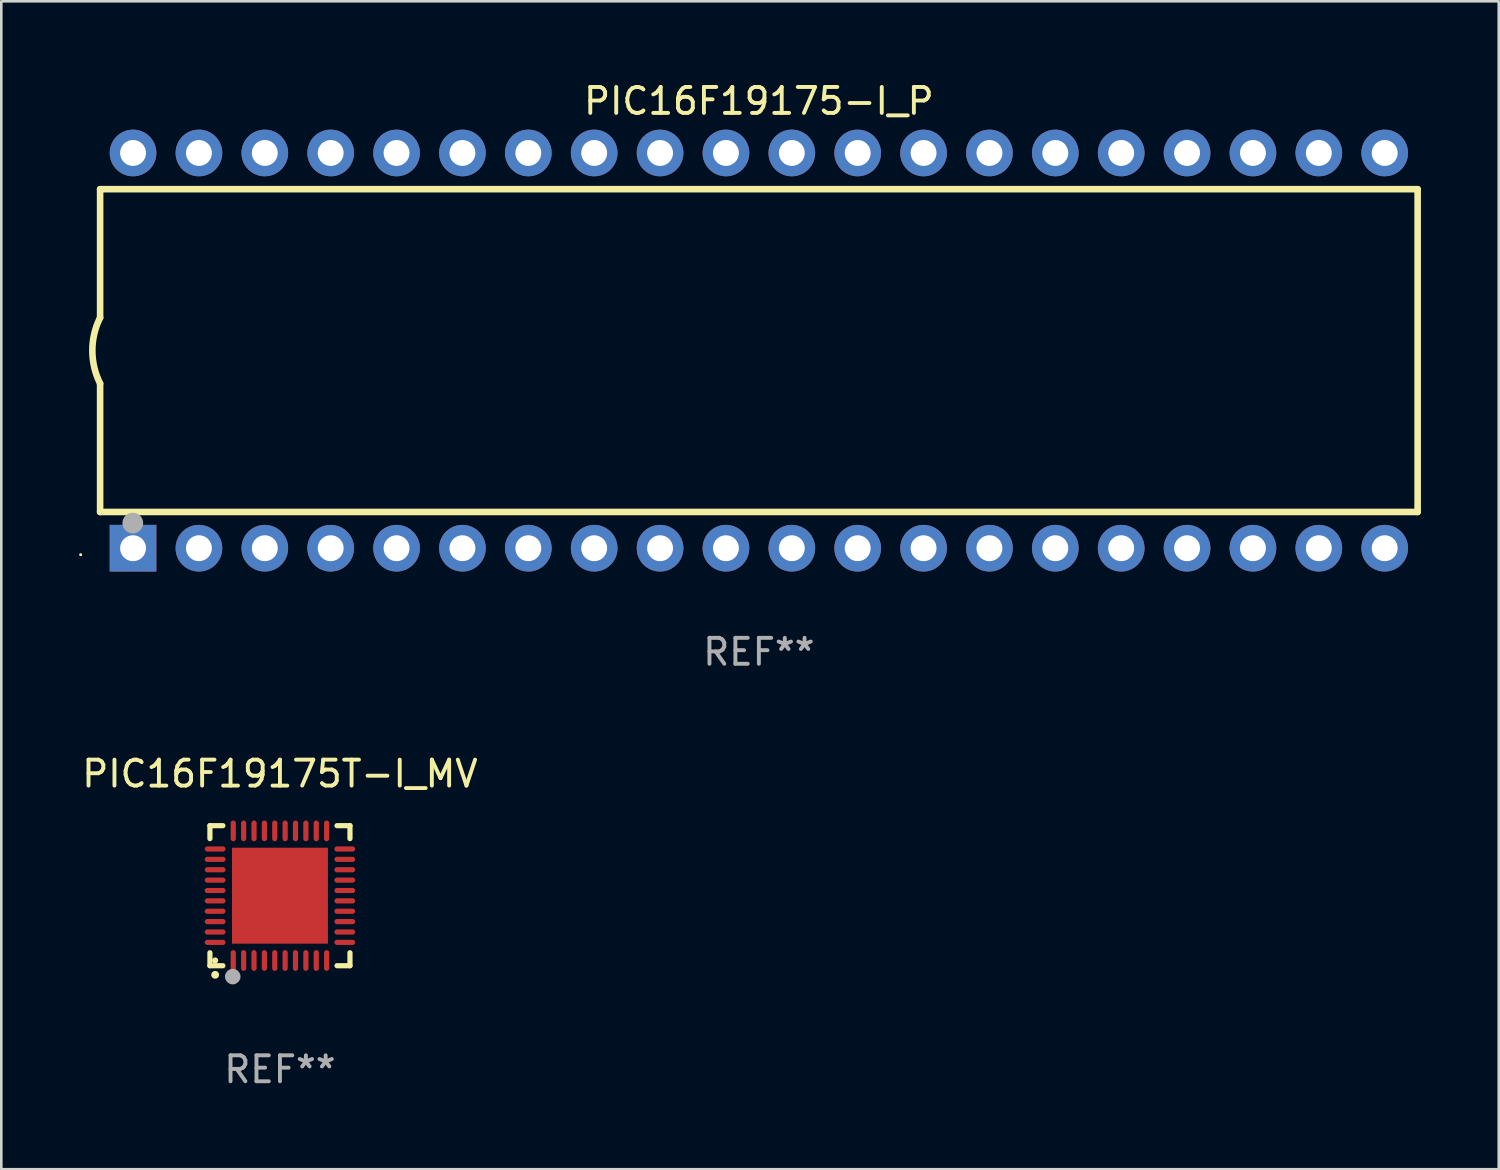
<source format=kicad_pcb>
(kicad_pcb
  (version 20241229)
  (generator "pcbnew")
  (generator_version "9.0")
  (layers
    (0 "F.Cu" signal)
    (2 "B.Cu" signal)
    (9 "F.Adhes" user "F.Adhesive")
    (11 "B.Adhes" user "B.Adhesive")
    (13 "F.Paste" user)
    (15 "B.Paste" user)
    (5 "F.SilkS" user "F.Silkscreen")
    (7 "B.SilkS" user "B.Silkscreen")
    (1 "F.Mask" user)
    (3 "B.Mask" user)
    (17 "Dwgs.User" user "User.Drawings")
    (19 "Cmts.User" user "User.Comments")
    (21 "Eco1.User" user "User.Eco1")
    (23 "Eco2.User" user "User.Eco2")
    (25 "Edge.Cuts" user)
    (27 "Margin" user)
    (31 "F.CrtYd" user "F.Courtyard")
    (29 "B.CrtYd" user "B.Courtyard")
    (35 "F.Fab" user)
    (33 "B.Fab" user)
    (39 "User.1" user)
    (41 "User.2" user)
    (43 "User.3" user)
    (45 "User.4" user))
  (footprint "PIC16F19175T-I_MV"
    (layer "F.Cu")
    (at 7.744 31.485)
    (property "Reference" "PIC16F19175T-I_MV" (at 0 -4.7 0) (layer "F.SilkS") (effects (font (size 1 1) (thickness 0.15))))
    (attr through_hole)
    (fp_line (start -2.7 -2.7) (end -2.7 -2.2) (stroke (width 0.2) (type solid)) (layer "F.SilkS"))
    (fp_line (start -2.7 2.7) (end -2.7 2.2) (stroke (width 0.2) (type solid)) (layer "F.SilkS"))
    (fp_line (start -2.2 -2.7) (end -2.7 -2.7) (stroke (width 0.2) (type solid)) (layer "F.SilkS"))
    (fp_line (start -2.2 2.7) (end -2.7 2.7) (stroke (width 0.2) (type solid)) (layer "F.SilkS"))
    (fp_line (start 2.7 -2.7) (end 2.2 -2.7) (stroke (width 0.2) (type solid)) (layer "F.SilkS"))
    (fp_line (start 2.7 -2.2) (end 2.7 -2.7) (stroke (width 0.2) (type solid)) (layer "F.SilkS"))
    (fp_line (start 2.7 2.2) (end 2.7 2.7) (stroke (width 0.2) (type solid)) (layer "F.SilkS"))
    (fp_line (start 2.7 2.7) (end 2.2 2.7) (stroke (width 0.2) (type solid)) (layer "F.SilkS"))
    (fp_arc (start -2.499365 3.050546) (mid -2.498095 3.050541) (end -2.496825 3.050546) (stroke (width 0.3) (type solid)) (layer "F.SilkS"))
    (fp_circle (center -2.5 2.5) (end -2.44 2.5) (stroke (width 0.12) (type solid)) (fill no) (layer "F.SilkS"))
    (fp_circle (center -1.82 3.12) (end -1.67 3.12) (stroke (width 0.3) (type solid)) (fill no) (layer "F.Fab"))
    (fp_text user "REF**" (at 0 6.7 0) (layer "F.Fab") (effects (font (size 1 1) (thickness 0.15))))
    (pad "1" smd oval (at -1.8 2.499) (size 0.2 0.8) (layers "F.Cu" "F.Mask" "F.Paste"))
    (pad "2" smd oval (at -1.4 2.499) (size 0.2 0.8) (layers "F.Cu" "F.Mask" "F.Paste"))
    (pad "3" smd oval (at -1 2.499) (size 0.2 0.8) (layers "F.Cu" "F.Mask" "F.Paste"))
    (pad "4" smd oval (at -0.6 2.499) (size 0.2 0.8) (layers "F.Cu" "F.Mask" "F.Paste"))
    (pad "5" smd oval (at -0.2 2.499) (size 0.2 0.8) (layers "F.Cu" "F.Mask" "F.Paste"))
    (pad "6" smd oval (at 0.2 2.499) (size 0.2 0.8) (layers "F.Cu" "F.Mask" "F.Paste"))
    (pad "7" smd oval (at 0.6 2.499) (size 0.2 0.8) (layers "F.Cu" "F.Mask" "F.Paste"))
    (pad "8" smd oval (at 1 2.499) (size 0.2 0.8) (layers "F.Cu" "F.Mask" "F.Paste"))
    (pad "9" smd oval (at 1.4 2.499) (size 0.2 0.8) (layers "F.Cu" "F.Mask" "F.Paste"))
    (pad "10" smd oval (at 1.8 2.499) (size 0.2 0.8) (layers "F.Cu" "F.Mask" "F.Paste"))
    (pad "11" smd oval (at 2.499 1.8) (size 0.8 0.2) (layers "F.Cu" "F.Mask" "F.Paste"))
    (pad "12" smd oval (at 2.499 1.4) (size 0.8 0.2) (layers "F.Cu" "F.Mask" "F.Paste"))
    (pad "13" smd oval (at 2.499 1) (size 0.8 0.2) (layers "F.Cu" "F.Mask" "F.Paste"))
    (pad "14" smd oval (at 2.499 0.6) (size 0.8 0.2) (layers "F.Cu" "F.Mask" "F.Paste"))
    (pad "15" smd oval (at 2.499 0.2) (size 0.8 0.2) (layers "F.Cu" "F.Mask" "F.Paste"))
    (pad "16" smd oval (at 2.499 -0.2) (size 0.8 0.2) (layers "F.Cu" "F.Mask" "F.Paste"))
    (pad "17" smd oval (at 2.499 -0.6) (size 0.8 0.2) (layers "F.Cu" "F.Mask" "F.Paste"))
    (pad "18" smd oval (at 2.499 -1) (size 0.8 0.2) (layers "F.Cu" "F.Mask" "F.Paste"))
    (pad "19" smd oval (at 2.499 -1.4) (size 0.8 0.2) (layers "F.Cu" "F.Mask" "F.Paste"))
    (pad "20" smd oval (at 2.499 -1.8) (size 0.8 0.2) (layers "F.Cu" "F.Mask" "F.Paste"))
    (pad "21" smd oval (at 1.8 -2.499) (size 0.2 0.8) (layers "F.Cu" "F.Mask" "F.Paste"))
    (pad "22" smd oval (at 1.4 -2.499) (size 0.2 0.8) (layers "F.Cu" "F.Mask" "F.Paste"))
    (pad "23" smd oval (at 1 -2.499) (size 0.2 0.8) (layers "F.Cu" "F.Mask" "F.Paste"))
    (pad "24" smd oval (at 0.6 -2.499) (size 0.2 0.8) (layers "F.Cu" "F.Mask" "F.Paste"))
    (pad "25" smd oval (at 0.2 -2.499) (size 0.2 0.8) (layers "F.Cu" "F.Mask" "F.Paste"))
    (pad "26" smd oval (at -0.2 -2.499) (size 0.2 0.8) (layers "F.Cu" "F.Mask" "F.Paste"))
    (pad "27" smd oval (at -0.6 -2.499) (size 0.2 0.8) (layers "F.Cu" "F.Mask" "F.Paste"))
    (pad "28" smd oval (at -1 -2.499) (size 0.2 0.8) (layers "F.Cu" "F.Mask" "F.Paste"))
    (pad "29" smd oval (at -1.4 -2.499) (size 0.2 0.8) (layers "F.Cu" "F.Mask" "F.Paste"))
    (pad "30" smd oval (at -1.8 -2.499) (size 0.2 0.8) (layers "F.Cu" "F.Mask" "F.Paste"))
    (pad "31" smd oval (at -2.499 -1.8) (size 0.8 0.2) (layers "F.Cu" "F.Mask" "F.Paste"))
    (pad "32" smd oval (at -2.499 -1.4) (size 0.8 0.2) (layers "F.Cu" "F.Mask" "F.Paste"))
    (pad "33" smd oval (at -2.499 -1) (size 0.8 0.2) (layers "F.Cu" "F.Mask" "F.Paste"))
    (pad "34" smd oval (at -2.499 -0.6) (size 0.8 0.2) (layers "F.Cu" "F.Mask" "F.Paste"))
    (pad "35" smd oval (at -2.499 -0.2) (size 0.8 0.2) (layers "F.Cu" "F.Mask" "F.Paste"))
    (pad "36" smd oval (at -2.499 0.2) (size 0.8 0.2) (layers "F.Cu" "F.Mask" "F.Paste"))
    (pad "37" smd oval (at -2.499 0.6) (size 0.8 0.2) (layers "F.Cu" "F.Mask" "F.Paste"))
    (pad "38" smd oval (at -2.499 1) (size 0.8 0.2) (layers "F.Cu" "F.Mask" "F.Paste"))
    (pad "39" smd oval (at -2.499 1.4) (size 0.8 0.2) (layers "F.Cu" "F.Mask" "F.Paste"))
    (pad "40" smd oval (at -2.499 1.8) (size 0.8 0.2) (layers "F.Cu" "F.Mask" "F.Paste"))
    (pad "41" smd rect (at 0 0) (size 3.7 3.7) (layers "F.Cu" "F.Mask" "F.Paste")))
  (footprint "PIC16F19175-I_P"
    (layer "F.Cu")
    (at 26.21 10.468)
    (property "Reference" "PIC16F19175-I_P" (at 0 -9.62 0) (layer "F.SilkS") (effects (font (size 1 1) (thickness 0.15))))
    (attr through_hole)
    (fp_line (start -25.4 -6.224) (end -25.4 -1.271) (stroke (width 0.254) (type solid)) (layer "F.SilkS"))
    (fp_line (start -25.4 -6.224) (end 25.4 -6.224) (stroke (width 0.254) (type solid)) (layer "F.SilkS"))
    (fp_line (start -25.4 1.269) (end -25.4 6.222) (stroke (width 0.254) (type solid)) (layer "F.SilkS"))
    (fp_line (start -25.4 6.222) (end 25.4 6.222) (stroke (width 0.254) (type solid)) (layer "F.SilkS"))
    (fp_line (start 25.4 6.222) (end 25.4 -6.224) (stroke (width 0.254) (type solid)) (layer "F.SilkS"))
    (fp_arc (start -25.4 1.269241) (mid -25.699807 -0.000762) (end -25.4 -1.270765) (stroke (width 0.254001) (type solid)) (layer "F.SilkS"))
    (fp_circle (center -26.15 7.87) (end -26.12 7.87) (stroke (width 0.06) (type solid)) (fill no) (layer "F.SilkS"))
    (fp_circle (center -24.14 6.65) (end -23.94 6.65) (stroke (width 0.4) (type solid)) (fill no) (layer "F.Fab"))
    (fp_text user "REF**" (at 0 11.62 0) (layer "F.Fab") (effects (font (size 1 1) (thickness 0.15))))
    (pad "1" thru_hole rect (at -24.13 7.62 90) (size 1.8 1.8) (drill 1) (layers "*.Cu" "*.Mask"))
    (pad "2" thru_hole circle (at -21.59 7.62) (size 1.8 1.8) (drill 1) (layers "*.Cu" "*.Mask"))
    (pad "3" thru_hole circle (at -19.05 7.62) (size 1.8 1.8) (drill 1) (layers "*.Cu" "*.Mask"))
    (pad "4" thru_hole circle (at -16.51 7.62) (size 1.8 1.8) (drill 1) (layers "*.Cu" "*.Mask"))
    (pad "5" thru_hole circle (at -13.97 7.62) (size 1.8 1.8) (drill 1) (layers "*.Cu" "*.Mask"))
    (pad "6" thru_hole circle (at -11.43 7.62) (size 1.8 1.8) (drill 1) (layers "*.Cu" "*.Mask"))
    (pad "7" thru_hole circle (at -8.89 7.62) (size 1.8 1.8) (drill 1) (layers "*.Cu" "*.Mask"))
    (pad "8" thru_hole circle (at -6.35 7.62) (size 1.8 1.8) (drill 1) (layers "*.Cu" "*.Mask"))
    (pad "9" thru_hole circle (at -3.81 7.62) (size 1.8 1.8) (drill 1) (layers "*.Cu" "*.Mask"))
    (pad "10" thru_hole circle (at -1.27 7.62) (size 1.8 1.8) (drill 1) (layers "*.Cu" "*.Mask"))
    (pad "11" thru_hole circle (at 1.27 7.62) (size 1.8 1.8) (drill 1) (layers "*.Cu" "*.Mask"))
    (pad "12" thru_hole circle (at 3.81 7.62) (size 1.8 1.8) (drill 1) (layers "*.Cu" "*.Mask"))
    (pad "13" thru_hole circle (at 6.35 7.62) (size 1.8 1.8) (drill 1) (layers "*.Cu" "*.Mask"))
    (pad "14" thru_hole circle (at 8.89 7.62) (size 1.8 1.8) (drill 1) (layers "*.Cu" "*.Mask"))
    (pad "15" thru_hole circle (at 11.43 7.62) (size 1.8 1.8) (drill 1) (layers "*.Cu" "*.Mask"))
    (pad "16" thru_hole circle (at 13.97 7.62) (size 1.8 1.8) (drill 1) (layers "*.Cu" "*.Mask"))
    (pad "17" thru_hole circle (at 16.51 7.62) (size 1.8 1.8) (drill 1) (layers "*.Cu" "*.Mask"))
    (pad "18" thru_hole circle (at 19.05 7.62) (size 1.8 1.8) (drill 1) (layers "*.Cu" "*.Mask"))
    (pad "19" thru_hole circle (at 21.59 7.62) (size 1.8 1.8) (drill 1) (layers "*.Cu" "*.Mask"))
    (pad "20" thru_hole circle (at 24.13 7.62) (size 1.8 1.8) (drill 1) (layers "*.Cu" "*.Mask"))
    (pad "21" thru_hole circle (at 24.13 -7.62) (size 1.8 1.8) (drill 1) (layers "*.Cu" "*.Mask"))
    (pad "22" thru_hole circle (at 21.59 -7.62) (size 1.8 1.8) (drill 1) (layers "*.Cu" "*.Mask"))
    (pad "23" thru_hole circle (at 19.05 -7.62) (size 1.8 1.8) (drill 1) (layers "*.Cu" "*.Mask"))
    (pad "24" thru_hole circle (at 16.51 -7.62) (size 1.8 1.8) (drill 1) (layers "*.Cu" "*.Mask"))
    (pad "25" thru_hole circle (at 13.97 -7.62) (size 1.8 1.8) (drill 1) (layers "*.Cu" "*.Mask"))
    (pad "26" thru_hole circle (at 11.43 -7.62) (size 1.8 1.8) (drill 1) (layers "*.Cu" "*.Mask"))
    (pad "27" thru_hole circle (at 8.89 -7.62) (size 1.8 1.8) (drill 1) (layers "*.Cu" "*.Mask"))
    (pad "28" thru_hole circle (at 6.35 -7.62) (size 1.8 1.8) (drill 1) (layers "*.Cu" "*.Mask"))
    (pad "29" thru_hole circle (at 3.81 -7.62) (size 1.8 1.8) (drill 1) (layers "*.Cu" "*.Mask"))
    (pad "30" thru_hole circle (at 1.27 -7.62) (size 1.8 1.8) (drill 1) (layers "*.Cu" "*.Mask"))
    (pad "31" thru_hole circle (at -1.27 -7.62) (size 1.8 1.8) (drill 1) (layers "*.Cu" "*.Mask"))
    (pad "32" thru_hole circle (at -3.81 -7.62) (size 1.8 1.8) (drill 1) (layers "*.Cu" "*.Mask"))
    (pad "33" thru_hole circle (at -6.35 -7.62) (size 1.8 1.8) (drill 1) (layers "*.Cu" "*.Mask"))
    (pad "34" thru_hole circle (at -8.89 -7.62) (size 1.8 1.8) (drill 1) (layers "*.Cu" "*.Mask"))
    (pad "35" thru_hole circle (at -11.43 -7.62) (size 1.8 1.8) (drill 1) (layers "*.Cu" "*.Mask"))
    (pad "36" thru_hole circle (at -13.97 -7.62) (size 1.8 1.8) (drill 1) (layers "*.Cu" "*.Mask"))
    (pad "37" thru_hole circle (at -16.51 -7.62) (size 1.8 1.8) (drill 1) (layers "*.Cu" "*.Mask"))
    (pad "38" thru_hole circle (at -19.05 -7.62) (size 1.8 1.8) (drill 1) (layers "*.Cu" "*.Mask"))
    (pad "39" thru_hole circle (at -21.59 -7.62) (size 1.8 1.8) (drill 1) (layers "*.Cu" "*.Mask"))
    (pad "40" thru_hole circle (at -24.13 -7.62) (size 1.8 1.8) (drill 1) (layers "*.Cu" "*.Mask")))
  (gr_rect
    (start -3 -3)
    (end 54.737 42.033)
    (stroke (width 0.1) (type default))
    (fill no)
    (layer "Edge.Cuts")))
</source>
